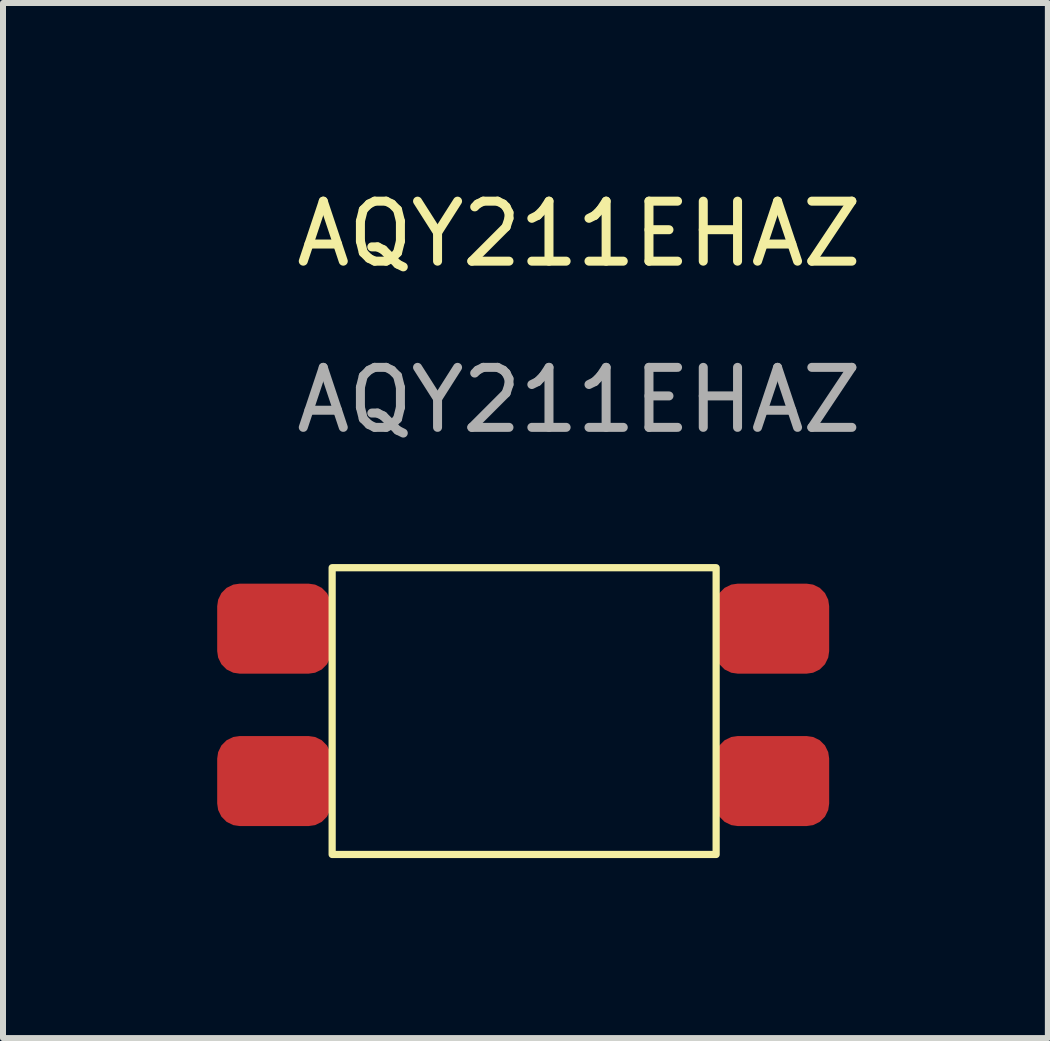
<source format=kicad_pcb>
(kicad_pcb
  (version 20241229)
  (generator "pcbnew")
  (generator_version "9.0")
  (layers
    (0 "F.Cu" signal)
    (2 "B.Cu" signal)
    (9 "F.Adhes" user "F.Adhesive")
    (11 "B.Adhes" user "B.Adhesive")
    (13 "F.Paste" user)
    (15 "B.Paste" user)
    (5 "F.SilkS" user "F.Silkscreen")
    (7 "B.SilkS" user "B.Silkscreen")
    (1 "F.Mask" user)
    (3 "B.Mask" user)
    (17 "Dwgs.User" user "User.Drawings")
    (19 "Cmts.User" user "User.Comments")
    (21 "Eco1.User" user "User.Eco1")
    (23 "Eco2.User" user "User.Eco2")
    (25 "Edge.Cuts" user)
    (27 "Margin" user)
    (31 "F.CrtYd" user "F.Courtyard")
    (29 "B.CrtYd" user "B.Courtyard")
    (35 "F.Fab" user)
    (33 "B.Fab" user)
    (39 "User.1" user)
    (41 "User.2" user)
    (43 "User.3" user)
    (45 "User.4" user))
  (footprint "AQY211EHAZ"
    (layer "F.Cu")
    (at 0.25 6.158)
    (property "Reference" "AQY211EHAZ" (at 6.35 -5.31 0) (unlocked yes) (layer "F.SilkS") (effects (font (size 1 1) (thickness 0.15))))
    (attr smd)
    (fp_rect (start 2.236 5.034) (end 8.636 0.254) (stroke (width 0.12) (type solid)) (fill no) (layer "F.SilkS"))
    (fp_text user "${REFERENCE}" (at 6.35 -2.54 0) (unlocked yes) (layer "F.Fab") (effects (font (size 1 1) (thickness 0.15))))
    (pad "1" smd roundrect (at 1.27 1.27) (size 1.9 1.5) (layers "F.Cu" "F.Mask" "F.Paste") (roundrect_rratio 0.25))
    (pad "2" smd roundrect (at 1.27 3.81) (size 1.9 1.5) (layers "F.Cu" "F.Mask" "F.Paste") (roundrect_rratio 0.25))
    (pad "3" smd roundrect (at 9.57 3.81) (size 1.9 1.5) (layers "F.Cu" "F.Mask" "F.Paste") (roundrect_rratio 0.25))
    (pad "4" smd roundrect (at 9.57 1.27) (size 1.9 1.5) (layers "F.Cu" "F.Mask" "F.Paste") (roundrect_rratio 0.25)))
  (gr_rect
    (start -3 -3)
    (end 14.415 14.252)
    (stroke (width 0.1) (type default))
    (fill no)
    (layer "Edge.Cuts")))
</source>
